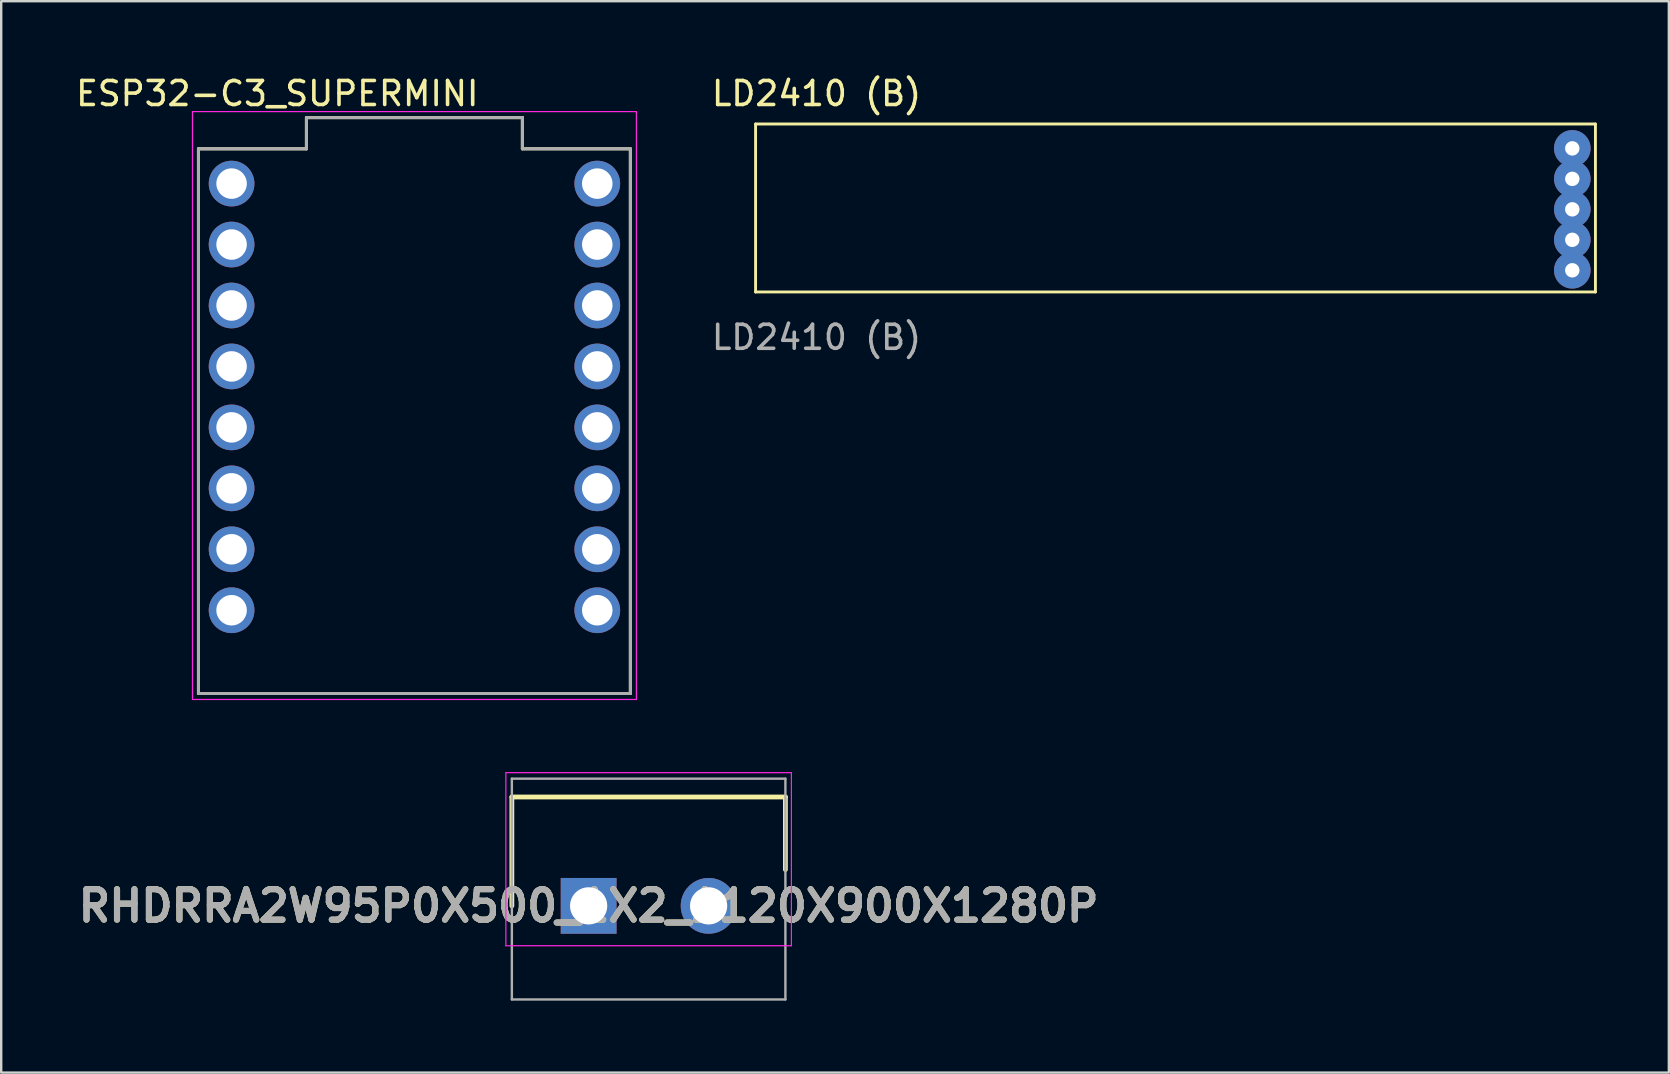
<source format=kicad_pcb>
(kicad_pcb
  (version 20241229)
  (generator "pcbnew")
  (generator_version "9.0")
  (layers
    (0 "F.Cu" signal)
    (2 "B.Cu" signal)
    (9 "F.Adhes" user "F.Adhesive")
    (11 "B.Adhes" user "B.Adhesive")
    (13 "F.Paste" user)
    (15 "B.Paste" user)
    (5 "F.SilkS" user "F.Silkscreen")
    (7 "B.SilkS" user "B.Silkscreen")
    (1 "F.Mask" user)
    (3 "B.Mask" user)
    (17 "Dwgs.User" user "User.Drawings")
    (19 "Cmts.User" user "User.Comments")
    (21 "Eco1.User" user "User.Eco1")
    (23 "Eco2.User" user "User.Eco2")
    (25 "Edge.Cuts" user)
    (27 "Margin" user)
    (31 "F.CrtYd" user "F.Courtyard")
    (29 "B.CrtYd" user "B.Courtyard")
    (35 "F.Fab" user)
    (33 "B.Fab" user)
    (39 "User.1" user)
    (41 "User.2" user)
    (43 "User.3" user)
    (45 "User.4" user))
  (footprint "LD2410 (B)"
    (layer "F.Cu")
    (at 28.438 2.118)
    (property "Reference" "LD2410 (B)" (at 2.54 -1.27 0) (unlocked yes) (layer "F.SilkS") (effects (font (size 1 1) (thickness 0.15))))
    (attr through_hole)
    (fp_line (start 0 0) (end 35 0) (stroke (width 0.12) (type solid)) (layer "F.SilkS"))
    (fp_line (start 0 7) (end 0 0) (stroke (width 0.12) (type solid)) (layer "F.SilkS"))
    (fp_line (start 35 0) (end 35 7) (stroke (width 0.12) (type solid)) (layer "F.SilkS"))
    (fp_line (start 35 7) (end 0 7) (stroke (width 0.12) (type solid)) (layer "F.SilkS"))
    (fp_text user "${REFERENCE}" (at 2.54 8.89 0) (unlocked yes) (layer "F.Fab") (effects (font (size 1 1) (thickness 0.15))))
    (pad "1" thru_hole circle (at 34.036 6.096) (size 1.524 1.524) (drill 0.6) (layers "*.Cu" "*.Mask"))
    (pad "2" thru_hole circle (at 34.036 4.826) (size 1.524 1.524) (drill 0.6) (layers "*.Cu" "*.Mask"))
    (pad "3" thru_hole circle (at 34.036 3.556) (size 1.524 1.524) (drill 0.6) (layers "*.Cu" "*.Mask"))
    (pad "4" thru_hole circle (at 34.036 2.286) (size 1.524 1.524) (drill 0.6) (layers "*.Cu" "*.Mask"))
    (pad "5" thru_hole circle (at 34.036 1.016) (size 1.524 1.524) (drill oval 0.6) (layers "*.Cu" "*.Mask")))
  (footprint "RHDRRA2W95P0X500_1X2_1120X900X1280P"
    (layer "F.Cu")
    (at 21.481 34.701)
    (property "Reference" "RHDRRA2W95P0X500_1X2_1120X900X1280P" (at 0 0 0) (layer "F.SilkS") (effects (font (size 1.27 1.27) (thickness 0.254))))
    (attr through_hole)
    (fp_line (start -3.2 -4.538) (end 8.2 -4.538) (stroke (width 0.2) (type solid)) (layer "F.SilkS"))
    (fp_line (start -3.2 0) (end -3.2 -4.538) (stroke (width 0.2) (type solid)) (layer "F.SilkS"))
    (fp_line (start 8.2 -4.538) (end 8.2 -1.512) (stroke (width 0.2) (type solid)) (layer "F.SilkS"))
    (fp_line (start -3.45 -5.55) (end -3.45 1.662) (stroke (width 0.05) (type solid)) (layer "F.CrtYd"))
    (fp_line (start -3.45 1.662) (end 8.45 1.662) (stroke (width 0.05) (type solid)) (layer "F.CrtYd"))
    (fp_line (start 8.45 -5.55) (end -3.45 -5.55) (stroke (width 0.05) (type solid)) (layer "F.CrtYd"))
    (fp_line (start 8.45 1.662) (end 8.45 -5.55) (stroke (width 0.05) (type solid)) (layer "F.CrtYd"))
    (fp_line (start -3.2 -5.3) (end 8.2 -5.3) (stroke (width 0.1) (type solid)) (layer "F.Fab"))
    (fp_line (start -3.2 3.9) (end -3.2 -5.3) (stroke (width 0.1) (type solid)) (layer "F.Fab"))
    (fp_line (start 8.2 -5.3) (end 8.2 3.9) (stroke (width 0.1) (type solid)) (layer "F.Fab"))
    (fp_line (start 8.2 3.9) (end -3.2 3.9) (stroke (width 0.1) (type solid)) (layer "F.Fab"))
    (fp_text user "${REFERENCE}" (at 0 0 0) (layer "F.Fab") (effects (font (size 1.27 1.27) (thickness 0.254))))
    (pad "1" thru_hole rect (at 0 0) (size 2.325 2.325) (drill 1.55) (layers "*.Cu" "*.Mask"))
    (pad "2" thru_hole circle (at 5 0) (size 2.325 2.325) (drill 1.55) (layers "*.Cu" "*.Mask")))
  (footprint "ESP32-C3_SUPERMINI"
    (layer "F.Cu")
    (at 14.221 14.501)
    (property "Reference" "ESP32-C3_SUPERMINI" (at -5.715 -13.652 0) (layer "F.SilkS") (effects (font (size 1 1) (thickness 0.15))))
    (attr through_hole)
    (fp_line (start -9 11.35) (end -9 -11.35) (stroke (width 0.127) (type solid)) (layer "F.SilkS"))
    (fp_line (start -4.5 -12.65) (end -4.5 -11.35) (stroke (width 0.127) (type solid)) (layer "F.SilkS"))
    (fp_line (start -4.5 -11.35) (end -9 -11.35) (stroke (width 0.127) (type solid)) (layer "F.SilkS"))
    (fp_line (start 4.5 -12.65) (end -4.5 -12.65) (stroke (width 0.127) (type solid)) (layer "F.SilkS"))
    (fp_line (start 4.5 -12.65) (end 4.5 -11.35) (stroke (width 0.127) (type solid)) (layer "F.SilkS"))
    (fp_line (start 9 -11.35) (end 4.5 -11.35) (stroke (width 0.127) (type solid)) (layer "F.SilkS"))
    (fp_line (start 9 11.35) (end -9 11.35) (stroke (width 0.127) (type solid)) (layer "F.SilkS"))
    (fp_line (start 9 11.35) (end 9 -11.35) (stroke (width 0.127) (type solid)) (layer "F.SilkS"))
    (fp_line (start -9.25 -12.9) (end 9.25 -12.9) (stroke (width 0.05) (type solid)) (layer "F.CrtYd"))
    (fp_line (start -9.25 11.6) (end -9.25 -12.9) (stroke (width 0.05) (type solid)) (layer "F.CrtYd"))
    (fp_line (start 9.25 -12.9) (end 9.25 11.6) (stroke (width 0.05) (type solid)) (layer "F.CrtYd"))
    (fp_line (start 9.25 11.6) (end -9.25 11.6) (stroke (width 0.05) (type solid)) (layer "F.CrtYd"))
    (fp_line (start -9 11.35) (end -9 -11.35) (stroke (width 0.127) (type solid)) (layer "F.Fab"))
    (fp_line (start -4.5 -12.65) (end -4.5 -11.35) (stroke (width 0.127) (type solid)) (layer "F.Fab"))
    (fp_line (start -4.5 -11.35) (end -9 -11.35) (stroke (width 0.127) (type solid)) (layer "F.Fab"))
    (fp_line (start 4.5 -12.65) (end -4.5 -12.65) (stroke (width 0.127) (type solid)) (layer "F.Fab"))
    (fp_line (start 4.5 -12.65) (end 4.5 -11.35) (stroke (width 0.127) (type solid)) (layer "F.Fab"))
    (fp_line (start 9 -11.35) (end 4.5 -11.35) (stroke (width 0.127) (type solid)) (layer "F.Fab"))
    (fp_line (start 9 11.35) (end -9 11.35) (stroke (width 0.127) (type solid)) (layer "F.Fab"))
    (fp_line (start 9 11.35) (end 9 -11.35) (stroke (width 0.127) (type solid)) (layer "F.Fab"))
    (pad "0" thru_hole circle (at 7.62 7.88) (size 1.905 1.905) (drill 1.27) (layers "*.Cu" "*.Mask"))
    (pad "1" thru_hole circle (at 7.62 5.34) (size 1.905 1.905) (drill 1.27) (layers "*.Cu" "*.Mask"))
    (pad "2" thru_hole circle (at 7.62 2.8) (size 1.905 1.905) (drill 1.27) (layers "*.Cu" "*.Mask"))
    (pad "3" thru_hole circle (at 7.62 0.26) (size 1.905 1.905) (drill 1.27) (layers "*.Cu" "*.Mask"))
    (pad "3.3" thru_hole circle (at 7.62 -4.82) (size 1.905 1.905) (drill 1.27) (layers "*.Cu" "*.Mask"))
    (pad "4" thru_hole circle (at 7.62 -2.28) (size 1.905 1.905) (drill 1.27) (layers "*.Cu" "*.Mask"))
    (pad "5" thru_hole circle (at -7.62 -9.9) (size 1.905 1.905) (drill 1.27) (layers "*.Cu" "*.Mask"))
    (pad "5V" thru_hole circle (at 7.62 -9.9) (size 1.905 1.905) (drill 1.27) (layers "*.Cu" "*.Mask"))
    (pad "6" thru_hole circle (at -7.62 -7.36) (size 1.905 1.905) (drill 1.27) (layers "*.Cu" "*.Mask"))
    (pad "7" thru_hole circle (at -7.62 -4.82) (size 1.905 1.905) (drill 1.27) (layers "*.Cu" "*.Mask"))
    (pad "8" thru_hole circle (at -7.62 -2.28) (size 1.905 1.905) (drill 1.27) (layers "*.Cu" "*.Mask"))
    (pad "9" thru_hole circle (at -7.62 0.26) (size 1.905 1.905) (drill 1.27) (layers "*.Cu" "*.Mask"))
    (pad "10" thru_hole circle (at -7.62 2.8) (size 1.905 1.905) (drill 1.27) (layers "*.Cu" "*.Mask"))
    (pad "20" thru_hole circle (at -7.62 5.34) (size 1.905 1.905) (drill 1.27) (layers "*.Cu" "*.Mask"))
    (pad "21" thru_hole circle (at -7.62 7.88) (size 1.905 1.905) (drill 1.27) (layers "*.Cu" "*.Mask"))
    (pad "G" thru_hole circle (at 7.62 -7.36) (size 1.905 1.905) (drill 1.27) (layers "*.Cu" "*.Mask")))
  (gr_rect
    (start -3 -3)
    (end 66.498 41.651)
    (stroke (width 0.1) (type default))
    (fill no)
    (layer "Edge.Cuts")))
</source>
